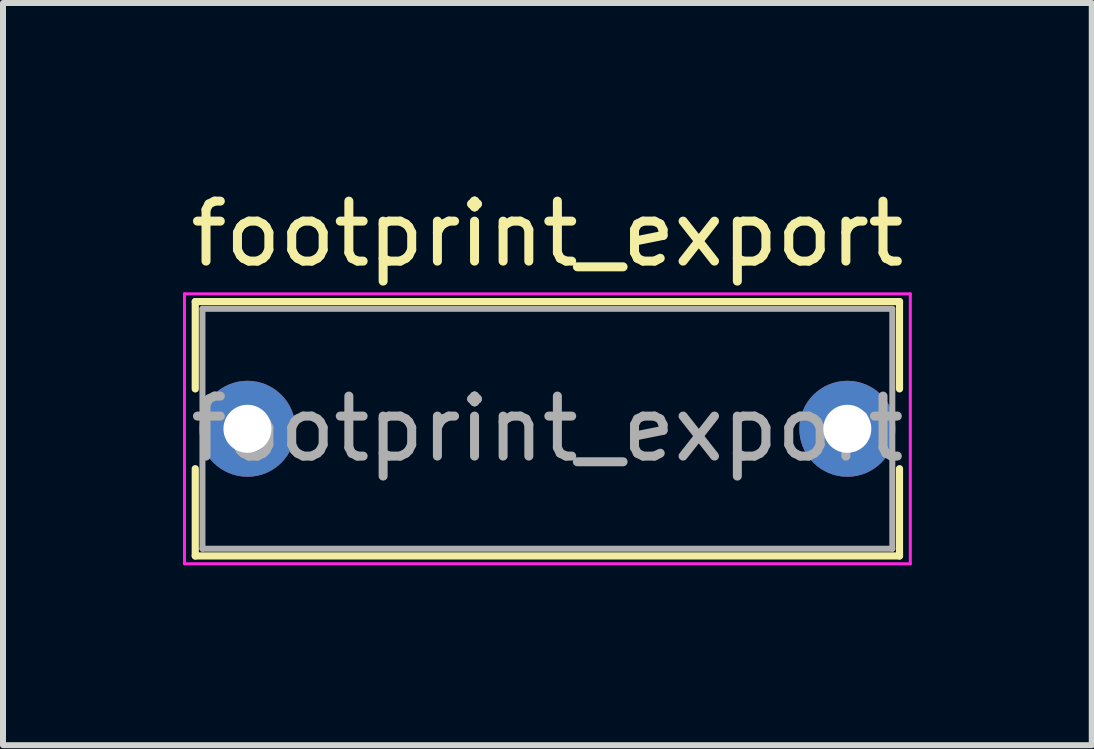
<source format=kicad_pcb>
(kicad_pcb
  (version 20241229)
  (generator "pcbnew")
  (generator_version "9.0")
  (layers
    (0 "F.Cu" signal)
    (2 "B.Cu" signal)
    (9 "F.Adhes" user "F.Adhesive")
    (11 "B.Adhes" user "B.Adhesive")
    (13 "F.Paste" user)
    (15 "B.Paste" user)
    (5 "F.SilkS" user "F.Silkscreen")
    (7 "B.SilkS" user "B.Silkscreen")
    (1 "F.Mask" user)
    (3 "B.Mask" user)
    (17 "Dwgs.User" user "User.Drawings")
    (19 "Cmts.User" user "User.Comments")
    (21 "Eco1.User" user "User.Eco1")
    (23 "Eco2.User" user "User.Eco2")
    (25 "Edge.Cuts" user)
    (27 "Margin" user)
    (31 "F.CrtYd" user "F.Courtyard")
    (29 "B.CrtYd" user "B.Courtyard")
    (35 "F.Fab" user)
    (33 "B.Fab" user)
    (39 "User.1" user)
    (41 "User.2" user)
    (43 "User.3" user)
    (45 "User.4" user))
  (footprint "footprint_export"
    (layer "F.Cu")
    (at 1.075 4.098)
    (property "Reference" "footprint_export" (at 5 -3.25 0) (layer "F.SilkS") (effects (font (size 1 1) (thickness 0.15))))
    (attr through_hole)
    (fp_line (start -0.87 -2.12) (end -0.87 -0.665) (stroke (width 0.12) (type solid)) (layer "F.SilkS"))
    (fp_line (start -0.87 -2.12) (end 10.87 -2.12) (stroke (width 0.12) (type solid)) (layer "F.SilkS"))
    (fp_line (start -0.87 0.665) (end -0.87 2.12) (stroke (width 0.12) (type solid)) (layer "F.SilkS"))
    (fp_line (start -0.87 2.12) (end 10.87 2.12) (stroke (width 0.12) (type solid)) (layer "F.SilkS"))
    (fp_line (start 10.87 -2.12) (end 10.87 -0.665) (stroke (width 0.12) (type solid)) (layer "F.SilkS"))
    (fp_line (start 10.87 0.665) (end 10.87 2.12) (stroke (width 0.12) (type solid)) (layer "F.SilkS"))
    (fp_line (start -1.05 -2.25) (end -1.05 2.25) (stroke (width 0.05) (type solid)) (layer "F.CrtYd"))
    (fp_line (start -1.05 2.25) (end 11.05 2.25) (stroke (width 0.05) (type solid)) (layer "F.CrtYd"))
    (fp_line (start 11.05 -2.25) (end -1.05 -2.25) (stroke (width 0.05) (type solid)) (layer "F.CrtYd"))
    (fp_line (start 11.05 2.25) (end 11.05 -2.25) (stroke (width 0.05) (type solid)) (layer "F.CrtYd"))
    (fp_line (start -0.75 -2) (end -0.75 2) (stroke (width 0.1) (type solid)) (layer "F.Fab"))
    (fp_line (start -0.75 2) (end 10.75 2) (stroke (width 0.1) (type solid)) (layer "F.Fab"))
    (fp_line (start 10.75 -2) (end -0.75 -2) (stroke (width 0.1) (type solid)) (layer "F.Fab"))
    (fp_line (start 10.75 2) (end 10.75 -2) (stroke (width 0.1) (type solid)) (layer "F.Fab"))
    (fp_text user "${REFERENCE}" (at 5 0 0) (layer "F.Fab") (effects (font (size 1 1) (thickness 0.15))))
    (pad "1" thru_hole circle (at 0 0) (size 1.6 1.6) (drill 0.8) (layers "*.Cu" "*.Mask"))
    (pad "2" thru_hole circle (at 10 0) (size 1.6 1.6) (drill 0.8) (layers "*.Cu" "*.Mask")))
  (gr_rect
    (start -3 -3)
    (end 15.15 9.373)
    (stroke (width 0.1) (type default))
    (fill no)
    (layer "Edge.Cuts")))
</source>
